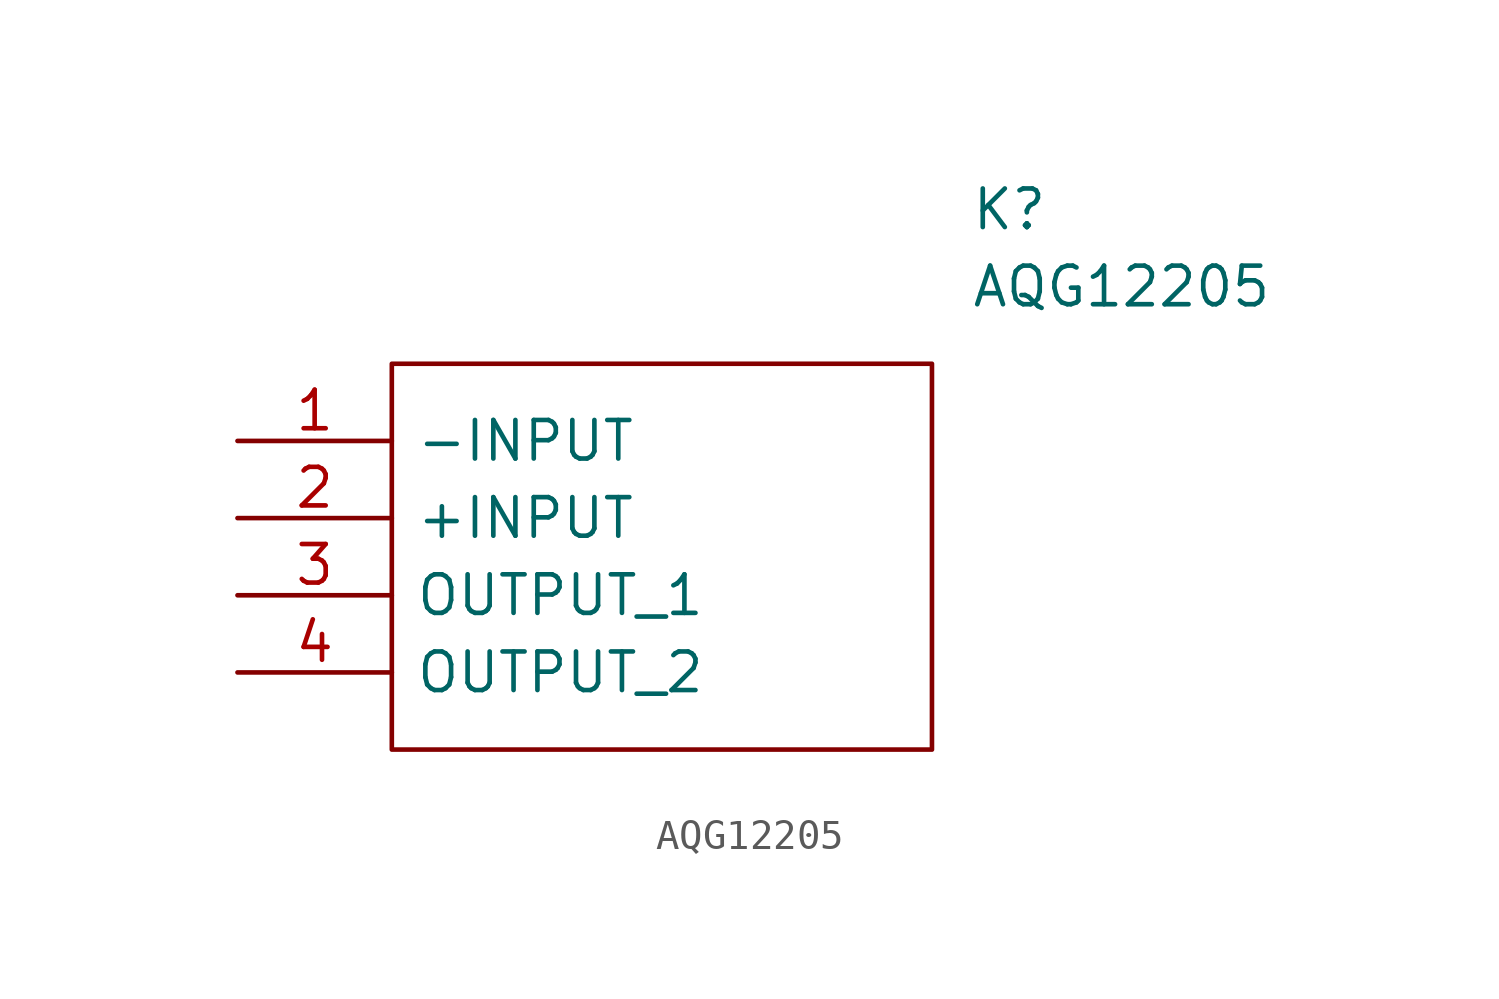
<source format=kicad_sym>
(kicad_symbol_lib
  (version 20211014)
  (generator kicad_symbol_editor)
  (symbol "AQG12205"
    (pin_names
      (offset 0.762))
    (property "Reference" "K"
      (at 24.13 7.62 0)
      (effects (font (size 1.27 1.27)) (justify left)))
    (property "Value" "AQG12205"
      (at 24.13 5.08 0)
      (effects (font (size 1.27 1.27)) (justify left)))
    (symbol "AQG12205_0_0"
      (pin passive line (at 0 0 0) (length 5.08) (name "-INPUT" (effects (font (size 1.27 1.27)))) (number "1" (effects (font (size 1.27 1.27)))))
      (pin passive line (at 0 -2.54 0) (length 5.08) (name "+INPUT" (effects (font (size 1.27 1.27)))) (number "2" (effects (font (size 1.27 1.27)))))
      (pin passive line (at 0 -5.08 0) (length 5.08) (name "OUTPUT_1" (effects (font (size 1.27 1.27)))) (number "3" (effects (font (size 1.27 1.27)))))
      (pin passive line (at 0 -7.62 0) (length 5.08) (name "OUTPUT_2" (effects (font (size 1.27 1.27)))) (number "4" (effects (font (size 1.27 1.27))))))
    (symbol "AQG12205_0_1"
      (polyline (pts (xy 5.08 2.54) (xy 22.86 2.54) (xy 22.86 -10.16) (xy 5.08 -10.16) (xy 5.08 2.54)) (stroke (width 0.152) (type default) (color 0 0 0 0)) (fill (type none))))))
</source>
